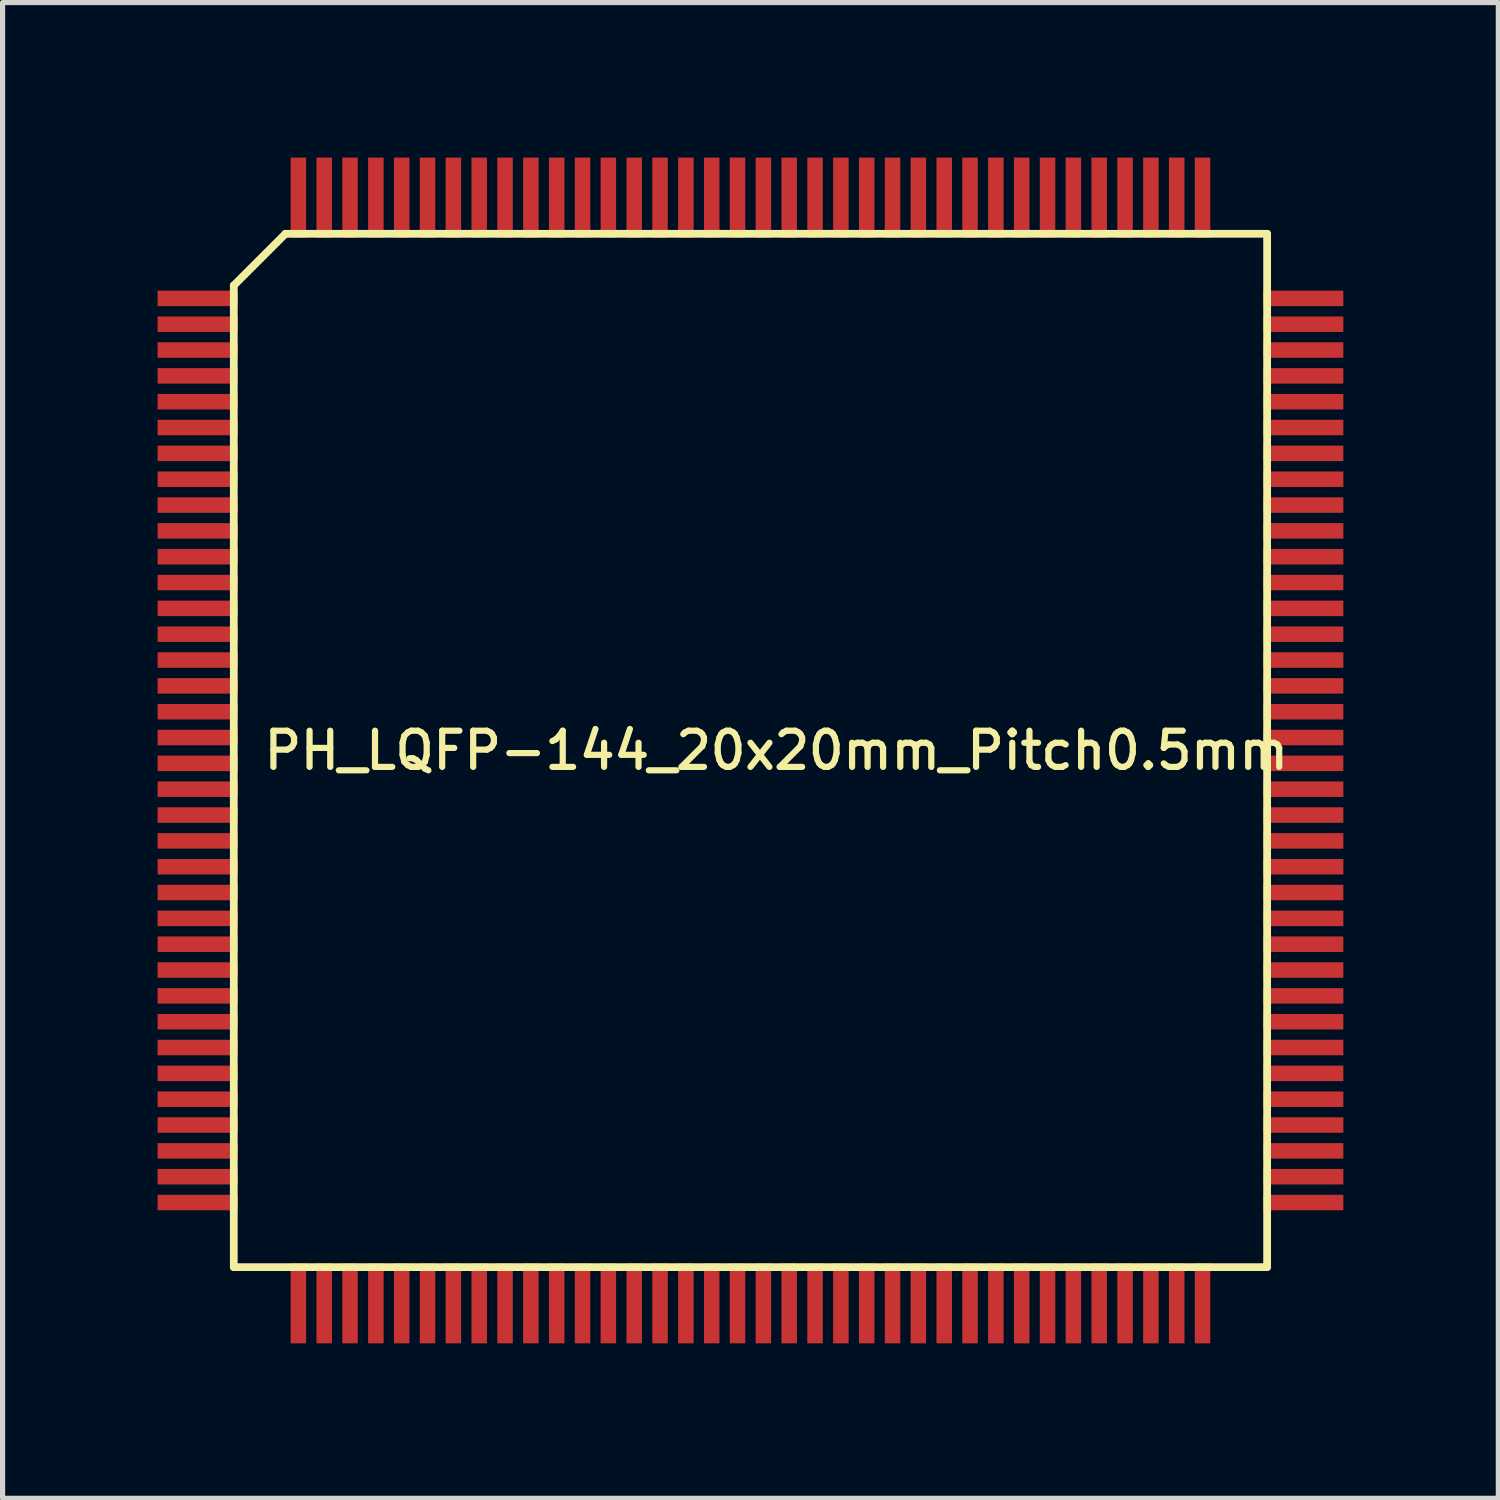
<source format=kicad_pcb>
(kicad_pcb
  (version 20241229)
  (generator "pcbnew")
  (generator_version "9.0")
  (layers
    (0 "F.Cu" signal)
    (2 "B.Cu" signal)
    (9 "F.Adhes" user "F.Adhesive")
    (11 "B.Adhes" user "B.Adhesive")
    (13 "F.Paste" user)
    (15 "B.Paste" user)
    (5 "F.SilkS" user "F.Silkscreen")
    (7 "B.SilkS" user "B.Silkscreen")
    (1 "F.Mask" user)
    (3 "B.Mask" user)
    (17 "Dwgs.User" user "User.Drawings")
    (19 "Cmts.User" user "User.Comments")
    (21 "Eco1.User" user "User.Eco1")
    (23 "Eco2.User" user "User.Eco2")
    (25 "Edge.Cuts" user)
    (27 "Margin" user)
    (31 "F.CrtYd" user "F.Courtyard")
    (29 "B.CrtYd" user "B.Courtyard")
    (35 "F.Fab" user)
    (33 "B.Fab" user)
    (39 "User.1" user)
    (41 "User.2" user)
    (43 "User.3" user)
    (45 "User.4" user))
  (footprint "PH_LQFP-144_20x20mm_Pitch0.5mm"
    (layer "F.Cu")
    (at 11.475 11.475)
    (property "Reference" "PH_LQFP-144_20x20mm_Pitch0.5mm" (at 0.5 0 0) (layer "F.SilkS") (effects (font (size 0.7 0.7) (thickness 0.12))))
    (attr smd)
    (fp_line (start -10 -9) (end -9 -10) (stroke (width 0.15) (type solid)) (layer "F.SilkS"))
    (fp_line (start -10 10) (end -10 -9) (stroke (width 0.15) (type solid)) (layer "F.SilkS"))
    (fp_line (start -9 -10) (end 10 -10) (stroke (width 0.15) (type solid)) (layer "F.SilkS"))
    (fp_line (start 10 -10) (end 10 10) (stroke (width 0.15) (type solid)) (layer "F.SilkS"))
    (fp_line (start 10 10) (end -10 10) (stroke (width 0.15) (type solid)) (layer "F.SilkS"))
    (pad "1" smd rect (at -10.7 -8.75) (size 1.55 0.3) (layers "F.Cu" "F.Mask" "F.Paste"))
    (pad "2" smd rect (at -10.7 -8.25) (size 1.55 0.3) (layers "F.Cu" "F.Mask" "F.Paste"))
    (pad "3" smd rect (at -10.7 -7.75) (size 1.55 0.3) (layers "F.Cu" "F.Mask" "F.Paste"))
    (pad "4" smd rect (at -10.7 -7.25) (size 1.55 0.3) (layers "F.Cu" "F.Mask" "F.Paste"))
    (pad "5" smd rect (at -10.7 -6.75) (size 1.55 0.3) (layers "F.Cu" "F.Mask" "F.Paste"))
    (pad "6" smd rect (at -10.7 -6.25) (size 1.55 0.3) (layers "F.Cu" "F.Mask" "F.Paste"))
    (pad "7" smd rect (at -10.7 -5.75) (size 1.55 0.3) (layers "F.Cu" "F.Mask" "F.Paste"))
    (pad "8" smd rect (at -10.7 -5.25) (size 1.55 0.3) (layers "F.Cu" "F.Mask" "F.Paste"))
    (pad "9" smd rect (at -10.7 -4.75) (size 1.55 0.3) (layers "F.Cu" "F.Mask" "F.Paste"))
    (pad "10" smd rect (at -10.7 -4.25) (size 1.55 0.3) (layers "F.Cu" "F.Mask" "F.Paste"))
    (pad "11" smd rect (at -10.7 -3.75) (size 1.55 0.3) (layers "F.Cu" "F.Mask" "F.Paste"))
    (pad "12" smd rect (at -10.7 -3.25) (size 1.55 0.3) (layers "F.Cu" "F.Mask" "F.Paste"))
    (pad "13" smd rect (at -10.7 -2.75) (size 1.55 0.3) (layers "F.Cu" "F.Mask" "F.Paste"))
    (pad "14" smd rect (at -10.7 -2.25) (size 1.55 0.3) (layers "F.Cu" "F.Mask" "F.Paste"))
    (pad "15" smd rect (at -10.7 -1.75) (size 1.55 0.3) (layers "F.Cu" "F.Mask" "F.Paste"))
    (pad "16" smd rect (at -10.7 -1.25) (size 1.55 0.3) (layers "F.Cu" "F.Mask" "F.Paste"))
    (pad "17" smd rect (at -10.7 -0.75) (size 1.55 0.3) (layers "F.Cu" "F.Mask" "F.Paste"))
    (pad "18" smd rect (at -10.7 -0.25) (size 1.55 0.3) (layers "F.Cu" "F.Mask" "F.Paste"))
    (pad "19" smd rect (at -10.7 0.25) (size 1.55 0.3) (layers "F.Cu" "F.Mask" "F.Paste"))
    (pad "20" smd rect (at -10.7 0.75) (size 1.55 0.3) (layers "F.Cu" "F.Mask" "F.Paste"))
    (pad "21" smd rect (at -10.7 1.25) (size 1.55 0.3) (layers "F.Cu" "F.Mask" "F.Paste"))
    (pad "22" smd rect (at -10.7 1.75) (size 1.55 0.3) (layers "F.Cu" "F.Mask" "F.Paste"))
    (pad "23" smd rect (at -10.7 2.25) (size 1.55 0.3) (layers "F.Cu" "F.Mask" "F.Paste"))
    (pad "24" smd rect (at -10.7 2.75) (size 1.55 0.3) (layers "F.Cu" "F.Mask" "F.Paste"))
    (pad "25" smd rect (at -10.7 3.25) (size 1.55 0.3) (layers "F.Cu" "F.Mask" "F.Paste"))
    (pad "26" smd rect (at -10.7 3.75) (size 1.55 0.3) (layers "F.Cu" "F.Mask" "F.Paste"))
    (pad "27" smd rect (at -10.7 4.25) (size 1.55 0.3) (layers "F.Cu" "F.Mask" "F.Paste"))
    (pad "28" smd rect (at -10.7 4.75) (size 1.55 0.3) (layers "F.Cu" "F.Mask" "F.Paste"))
    (pad "29" smd rect (at -10.7 5.25) (size 1.55 0.3) (layers "F.Cu" "F.Mask" "F.Paste"))
    (pad "30" smd rect (at -10.7 5.75) (size 1.55 0.3) (layers "F.Cu" "F.Mask" "F.Paste"))
    (pad "31" smd rect (at -10.7 6.25) (size 1.55 0.3) (layers "F.Cu" "F.Mask" "F.Paste"))
    (pad "32" smd rect (at -10.7 6.75) (size 1.55 0.3) (layers "F.Cu" "F.Mask" "F.Paste"))
    (pad "33" smd rect (at -10.7 7.25) (size 1.55 0.3) (layers "F.Cu" "F.Mask" "F.Paste"))
    (pad "34" smd rect (at -10.7 7.75) (size 1.55 0.3) (layers "F.Cu" "F.Mask" "F.Paste"))
    (pad "35" smd rect (at -10.7 8.25) (size 1.55 0.3) (layers "F.Cu" "F.Mask" "F.Paste"))
    (pad "36" smd rect (at -10.7 8.75) (size 1.55 0.3) (layers "F.Cu" "F.Mask" "F.Paste"))
    (pad "37" smd rect (at -8.75 10.7 90) (size 1.55 0.3) (layers "F.Cu" "F.Mask" "F.Paste"))
    (pad "38" smd rect (at -8.25 10.7 90) (size 1.55 0.3) (layers "F.Cu" "F.Mask" "F.Paste"))
    (pad "39" smd rect (at -7.75 10.7 90) (size 1.55 0.3) (layers "F.Cu" "F.Mask" "F.Paste"))
    (pad "40" smd rect (at -7.25 10.7 90) (size 1.55 0.3) (layers "F.Cu" "F.Mask" "F.Paste"))
    (pad "41" smd rect (at -6.75 10.7 90) (size 1.55 0.3) (layers "F.Cu" "F.Mask" "F.Paste"))
    (pad "42" smd rect (at -6.25 10.7 90) (size 1.55 0.3) (layers "F.Cu" "F.Mask" "F.Paste"))
    (pad "43" smd rect (at -5.75 10.7 90) (size 1.55 0.3) (layers "F.Cu" "F.Mask" "F.Paste"))
    (pad "44" smd rect (at -5.25 10.7 90) (size 1.55 0.3) (layers "F.Cu" "F.Mask" "F.Paste"))
    (pad "45" smd rect (at -4.75 10.7 90) (size 1.55 0.3) (layers "F.Cu" "F.Mask" "F.Paste"))
    (pad "46" smd rect (at -4.25 10.7 90) (size 1.55 0.3) (layers "F.Cu" "F.Mask" "F.Paste"))
    (pad "47" smd rect (at -3.75 10.7 90) (size 1.55 0.3) (layers "F.Cu" "F.Mask" "F.Paste"))
    (pad "48" smd rect (at -3.25 10.7 90) (size 1.55 0.3) (layers "F.Cu" "F.Mask" "F.Paste"))
    (pad "49" smd rect (at -2.75 10.7 90) (size 1.55 0.3) (layers "F.Cu" "F.Mask" "F.Paste"))
    (pad "50" smd rect (at -2.25 10.7 90) (size 1.55 0.3) (layers "F.Cu" "F.Mask" "F.Paste"))
    (pad "51" smd rect (at -1.75 10.7 90) (size 1.55 0.3) (layers "F.Cu" "F.Mask" "F.Paste"))
    (pad "52" smd rect (at -1.25 10.7 90) (size 1.55 0.3) (layers "F.Cu" "F.Mask" "F.Paste"))
    (pad "53" smd rect (at -0.75 10.7 90) (size 1.55 0.3) (layers "F.Cu" "F.Mask" "F.Paste"))
    (pad "54" smd rect (at -0.25 10.7 90) (size 1.55 0.3) (layers "F.Cu" "F.Mask" "F.Paste"))
    (pad "55" smd rect (at 0.25 10.7 90) (size 1.55 0.3) (layers "F.Cu" "F.Mask" "F.Paste"))
    (pad "56" smd rect (at 0.75 10.7 90) (size 1.55 0.3) (layers "F.Cu" "F.Mask" "F.Paste"))
    (pad "57" smd rect (at 1.25 10.7 90) (size 1.55 0.3) (layers "F.Cu" "F.Mask" "F.Paste"))
    (pad "58" smd rect (at 1.75 10.7 90) (size 1.55 0.3) (layers "F.Cu" "F.Mask" "F.Paste"))
    (pad "59" smd rect (at 2.25 10.7 90) (size 1.55 0.3) (layers "F.Cu" "F.Mask" "F.Paste"))
    (pad "60" smd rect (at 2.75 10.7 90) (size 1.55 0.3) (layers "F.Cu" "F.Mask" "F.Paste"))
    (pad "61" smd rect (at 3.25 10.7 90) (size 1.55 0.3) (layers "F.Cu" "F.Mask" "F.Paste"))
    (pad "62" smd rect (at 3.75 10.7 90) (size 1.55 0.3) (layers "F.Cu" "F.Mask" "F.Paste"))
    (pad "63" smd rect (at 4.25 10.7 90) (size 1.55 0.3) (layers "F.Cu" "F.Mask" "F.Paste"))
    (pad "64" smd rect (at 4.75 10.7 90) (size 1.55 0.3) (layers "F.Cu" "F.Mask" "F.Paste"))
    (pad "65" smd rect (at 5.25 10.7 90) (size 1.55 0.3) (layers "F.Cu" "F.Mask" "F.Paste"))
    (pad "66" smd rect (at 5.75 10.7 90) (size 1.55 0.3) (layers "F.Cu" "F.Mask" "F.Paste"))
    (pad "67" smd rect (at 6.25 10.7 90) (size 1.55 0.3) (layers "F.Cu" "F.Mask" "F.Paste"))
    (pad "68" smd rect (at 6.75 10.7 90) (size 1.55 0.3) (layers "F.Cu" "F.Mask" "F.Paste"))
    (pad "69" smd rect (at 7.25 10.7 90) (size 1.55 0.3) (layers "F.Cu" "F.Mask" "F.Paste"))
    (pad "70" smd rect (at 7.75 10.7 90) (size 1.55 0.3) (layers "F.Cu" "F.Mask" "F.Paste"))
    (pad "71" smd rect (at 8.25 10.7 90) (size 1.55 0.3) (layers "F.Cu" "F.Mask" "F.Paste"))
    (pad "72" smd rect (at 8.75 10.7 90) (size 1.55 0.3) (layers "F.Cu" "F.Mask" "F.Paste"))
    (pad "73" smd rect (at 10.7 8.75) (size 1.55 0.3) (layers "F.Cu" "F.Mask" "F.Paste"))
    (pad "74" smd rect (at 10.7 8.25) (size 1.55 0.3) (layers "F.Cu" "F.Mask" "F.Paste"))
    (pad "75" smd rect (at 10.7 7.75) (size 1.55 0.3) (layers "F.Cu" "F.Mask" "F.Paste"))
    (pad "76" smd rect (at 10.7 7.25) (size 1.55 0.3) (layers "F.Cu" "F.Mask" "F.Paste"))
    (pad "77" smd rect (at 10.7 6.75) (size 1.55 0.3) (layers "F.Cu" "F.Mask" "F.Paste"))
    (pad "78" smd rect (at 10.7 6.25) (size 1.55 0.3) (layers "F.Cu" "F.Mask" "F.Paste"))
    (pad "79" smd rect (at 10.7 5.75) (size 1.55 0.3) (layers "F.Cu" "F.Mask" "F.Paste"))
    (pad "80" smd rect (at 10.7 5.25) (size 1.55 0.3) (layers "F.Cu" "F.Mask" "F.Paste"))
    (pad "81" smd rect (at 10.7 4.75) (size 1.55 0.3) (layers "F.Cu" "F.Mask" "F.Paste"))
    (pad "82" smd rect (at 10.7 4.25) (size 1.55 0.3) (layers "F.Cu" "F.Mask" "F.Paste"))
    (pad "83" smd rect (at 10.7 3.75) (size 1.55 0.3) (layers "F.Cu" "F.Mask" "F.Paste"))
    (pad "84" smd rect (at 10.7 3.25) (size 1.55 0.3) (layers "F.Cu" "F.Mask" "F.Paste"))
    (pad "85" smd rect (at 10.7 2.75) (size 1.55 0.3) (layers "F.Cu" "F.Mask" "F.Paste"))
    (pad "86" smd rect (at 10.7 2.25) (size 1.55 0.3) (layers "F.Cu" "F.Mask" "F.Paste"))
    (pad "87" smd rect (at 10.7 1.75) (size 1.55 0.3) (layers "F.Cu" "F.Mask" "F.Paste"))
    (pad "88" smd rect (at 10.7 1.25) (size 1.55 0.3) (layers "F.Cu" "F.Mask" "F.Paste"))
    (pad "89" smd rect (at 10.7 0.75) (size 1.55 0.3) (layers "F.Cu" "F.Mask" "F.Paste"))
    (pad "90" smd rect (at 10.7 0.25) (size 1.55 0.3) (layers "F.Cu" "F.Mask" "F.Paste"))
    (pad "91" smd rect (at 10.7 -0.25) (size 1.55 0.3) (layers "F.Cu" "F.Mask" "F.Paste"))
    (pad "92" smd rect (at 10.7 -0.75) (size 1.55 0.3) (layers "F.Cu" "F.Mask" "F.Paste"))
    (pad "93" smd rect (at 10.7 -1.25) (size 1.55 0.3) (layers "F.Cu" "F.Mask" "F.Paste"))
    (pad "94" smd rect (at 10.7 -1.75) (size 1.55 0.3) (layers "F.Cu" "F.Mask" "F.Paste"))
    (pad "95" smd rect (at 10.7 -2.25) (size 1.55 0.3) (layers "F.Cu" "F.Mask" "F.Paste"))
    (pad "96" smd rect (at 10.7 -2.75) (size 1.55 0.3) (layers "F.Cu" "F.Mask" "F.Paste"))
    (pad "97" smd rect (at 10.7 -3.25) (size 1.55 0.3) (layers "F.Cu" "F.Mask" "F.Paste"))
    (pad "98" smd rect (at 10.7 -3.75) (size 1.55 0.3) (layers "F.Cu" "F.Mask" "F.Paste"))
    (pad "99" smd rect (at 10.7 -4.25) (size 1.55 0.3) (layers "F.Cu" "F.Mask" "F.Paste"))
    (pad "100" smd rect (at 10.7 -4.75) (size 1.55 0.3) (layers "F.Cu" "F.Mask" "F.Paste"))
    (pad "101" smd rect (at 10.7 -5.25) (size 1.55 0.3) (layers "F.Cu" "F.Mask" "F.Paste"))
    (pad "102" smd rect (at 10.7 -5.75) (size 1.55 0.3) (layers "F.Cu" "F.Mask" "F.Paste"))
    (pad "103" smd rect (at 10.7 -6.25) (size 1.55 0.3) (layers "F.Cu" "F.Mask" "F.Paste"))
    (pad "104" smd rect (at 10.7 -6.75) (size 1.55 0.3) (layers "F.Cu" "F.Mask" "F.Paste"))
    (pad "105" smd rect (at 10.7 -7.25) (size 1.55 0.3) (layers "F.Cu" "F.Mask" "F.Paste"))
    (pad "106" smd rect (at 10.7 -7.75) (size 1.55 0.3) (layers "F.Cu" "F.Mask" "F.Paste"))
    (pad "107" smd rect (at 10.7 -8.25) (size 1.55 0.3) (layers "F.Cu" "F.Mask" "F.Paste"))
    (pad "108" smd rect (at 10.7 -8.75) (size 1.55 0.3) (layers "F.Cu" "F.Mask" "F.Paste"))
    (pad "109" smd rect (at 8.75 -10.7 90) (size 1.55 0.3) (layers "F.Cu" "F.Mask" "F.Paste"))
    (pad "110" smd rect (at 8.25 -10.7 90) (size 1.55 0.3) (layers "F.Cu" "F.Mask" "F.Paste"))
    (pad "111" smd rect (at 7.75 -10.7 90) (size 1.55 0.3) (layers "F.Cu" "F.Mask" "F.Paste"))
    (pad "112" smd rect (at 7.25 -10.7 90) (size 1.55 0.3) (layers "F.Cu" "F.Mask" "F.Paste"))
    (pad "113" smd rect (at 6.75 -10.7 90) (size 1.55 0.3) (layers "F.Cu" "F.Mask" "F.Paste"))
    (pad "114" smd rect (at 6.25 -10.7 90) (size 1.55 0.3) (layers "F.Cu" "F.Mask" "F.Paste"))
    (pad "115" smd rect (at 5.75 -10.7 90) (size 1.55 0.3) (layers "F.Cu" "F.Mask" "F.Paste"))
    (pad "116" smd rect (at 5.25 -10.7 90) (size 1.55 0.3) (layers "F.Cu" "F.Mask" "F.Paste"))
    (pad "117" smd rect (at 4.75 -10.7 90) (size 1.55 0.3) (layers "F.Cu" "F.Mask" "F.Paste"))
    (pad "118" smd rect (at 4.25 -10.7 90) (size 1.55 0.3) (layers "F.Cu" "F.Mask" "F.Paste"))
    (pad "119" smd rect (at 3.75 -10.7 90) (size 1.55 0.3) (layers "F.Cu" "F.Mask" "F.Paste"))
    (pad "120" smd rect (at 3.25 -10.7 90) (size 1.55 0.3) (layers "F.Cu" "F.Mask" "F.Paste"))
    (pad "121" smd rect (at 2.75 -10.7 90) (size 1.55 0.3) (layers "F.Cu" "F.Mask" "F.Paste"))
    (pad "122" smd rect (at 2.25 -10.7 90) (size 1.55 0.3) (layers "F.Cu" "F.Mask" "F.Paste"))
    (pad "123" smd rect (at 1.75 -10.7 90) (size 1.55 0.3) (layers "F.Cu" "F.Mask" "F.Paste"))
    (pad "124" smd rect (at 1.25 -10.7 90) (size 1.55 0.3) (layers "F.Cu" "F.Mask" "F.Paste"))
    (pad "125" smd rect (at 0.75 -10.7 90) (size 1.55 0.3) (layers "F.Cu" "F.Mask" "F.Paste"))
    (pad "126" smd rect (at 0.25 -10.7 90) (size 1.55 0.3) (layers "F.Cu" "F.Mask" "F.Paste"))
    (pad "127" smd rect (at -0.25 -10.7 90) (size 1.55 0.3) (layers "F.Cu" "F.Mask" "F.Paste"))
    (pad "128" smd rect (at -0.75 -10.7 90) (size 1.55 0.3) (layers "F.Cu" "F.Mask" "F.Paste"))
    (pad "129" smd rect (at -1.25 -10.7 90) (size 1.55 0.3) (layers "F.Cu" "F.Mask" "F.Paste"))
    (pad "130" smd rect (at -1.75 -10.7 90) (size 1.55 0.3) (layers "F.Cu" "F.Mask" "F.Paste"))
    (pad "131" smd rect (at -2.25 -10.7 90) (size 1.55 0.3) (layers "F.Cu" "F.Mask" "F.Paste"))
    (pad "132" smd rect (at -2.75 -10.7 90) (size 1.55 0.3) (layers "F.Cu" "F.Mask" "F.Paste"))
    (pad "133" smd rect (at -3.25 -10.7 90) (size 1.55 0.3) (layers "F.Cu" "F.Mask" "F.Paste"))
    (pad "134" smd rect (at -3.75 -10.7 90) (size 1.55 0.3) (layers "F.Cu" "F.Mask" "F.Paste"))
    (pad "135" smd rect (at -4.25 -10.7 90) (size 1.55 0.3) (layers "F.Cu" "F.Mask" "F.Paste"))
    (pad "136" smd rect (at -4.75 -10.7 90) (size 1.55 0.3) (layers "F.Cu" "F.Mask" "F.Paste"))
    (pad "137" smd rect (at -5.25 -10.7 90) (size 1.55 0.3) (layers "F.Cu" "F.Mask" "F.Paste"))
    (pad "138" smd rect (at -5.75 -10.7 90) (size 1.55 0.3) (layers "F.Cu" "F.Mask" "F.Paste"))
    (pad "139" smd rect (at -6.25 -10.7 90) (size 1.55 0.3) (layers "F.Cu" "F.Mask" "F.Paste"))
    (pad "140" smd rect (at -6.75 -10.7 90) (size 1.55 0.3) (layers "F.Cu" "F.Mask" "F.Paste"))
    (pad "141" smd rect (at -7.25 -10.7 90) (size 1.55 0.3) (layers "F.Cu" "F.Mask" "F.Paste"))
    (pad "142" smd rect (at -7.75 -10.7 90) (size 1.55 0.3) (layers "F.Cu" "F.Mask" "F.Paste"))
    (pad "143" smd rect (at -8.25 -10.7 90) (size 1.55 0.3) (layers "F.Cu" "F.Mask" "F.Paste"))
    (pad "144" smd rect (at -8.75 -10.7 90) (size 1.55 0.3) (layers "F.Cu" "F.Mask" "F.Paste")))
  (gr_rect
    (start -3 -3)
    (end 25.95 25.95)
    (stroke (width 0.1) (type default))
    (fill no)
    (layer "Edge.Cuts")))
</source>
